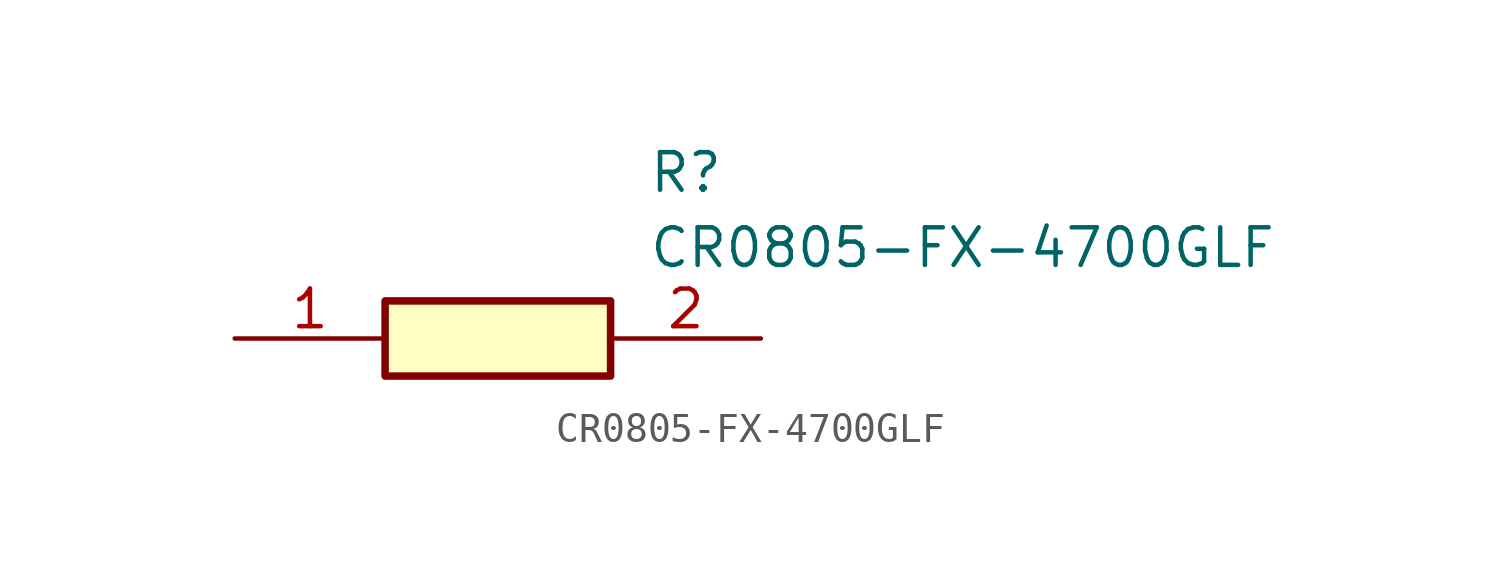
<source format=kicad_sym>
(kicad_symbol_lib
  (version 20211014)
  (generator SamacSys_ECAD_Model)
  (symbol "CR0805-FX-4700GLF"
    (pin_names hide)
    (property "Reference" "R"
      (at 13.97 6.35 0)
      (effects (font (size 1.27 1.27)) (justify left top)))
    (property "Value" "CR0805-FX-4700GLF"
      (at 13.97 3.81 0)
      (effects (font (size 1.27 1.27)) (justify left top)))
    (rectangle
      (start 5.08 1.27)
      (end 12.7 -1.27)
      (stroke (width 0.254) (type default))
      (fill (type background)))
    (pin passive line
      (at 0 0 0)
      (length 5.08)
      (name "1" (effects (font (size 1.27 1.27))))
      (number "1" (effects (font (size 1.27 1.27)))))
    (pin passive line
      (at 17.78 0 180)
      (length 5.08)
      (name "2" (effects (font (size 1.27 1.27))))
      (number "2" (effects (font (size 1.27 1.27)))))))
</source>
